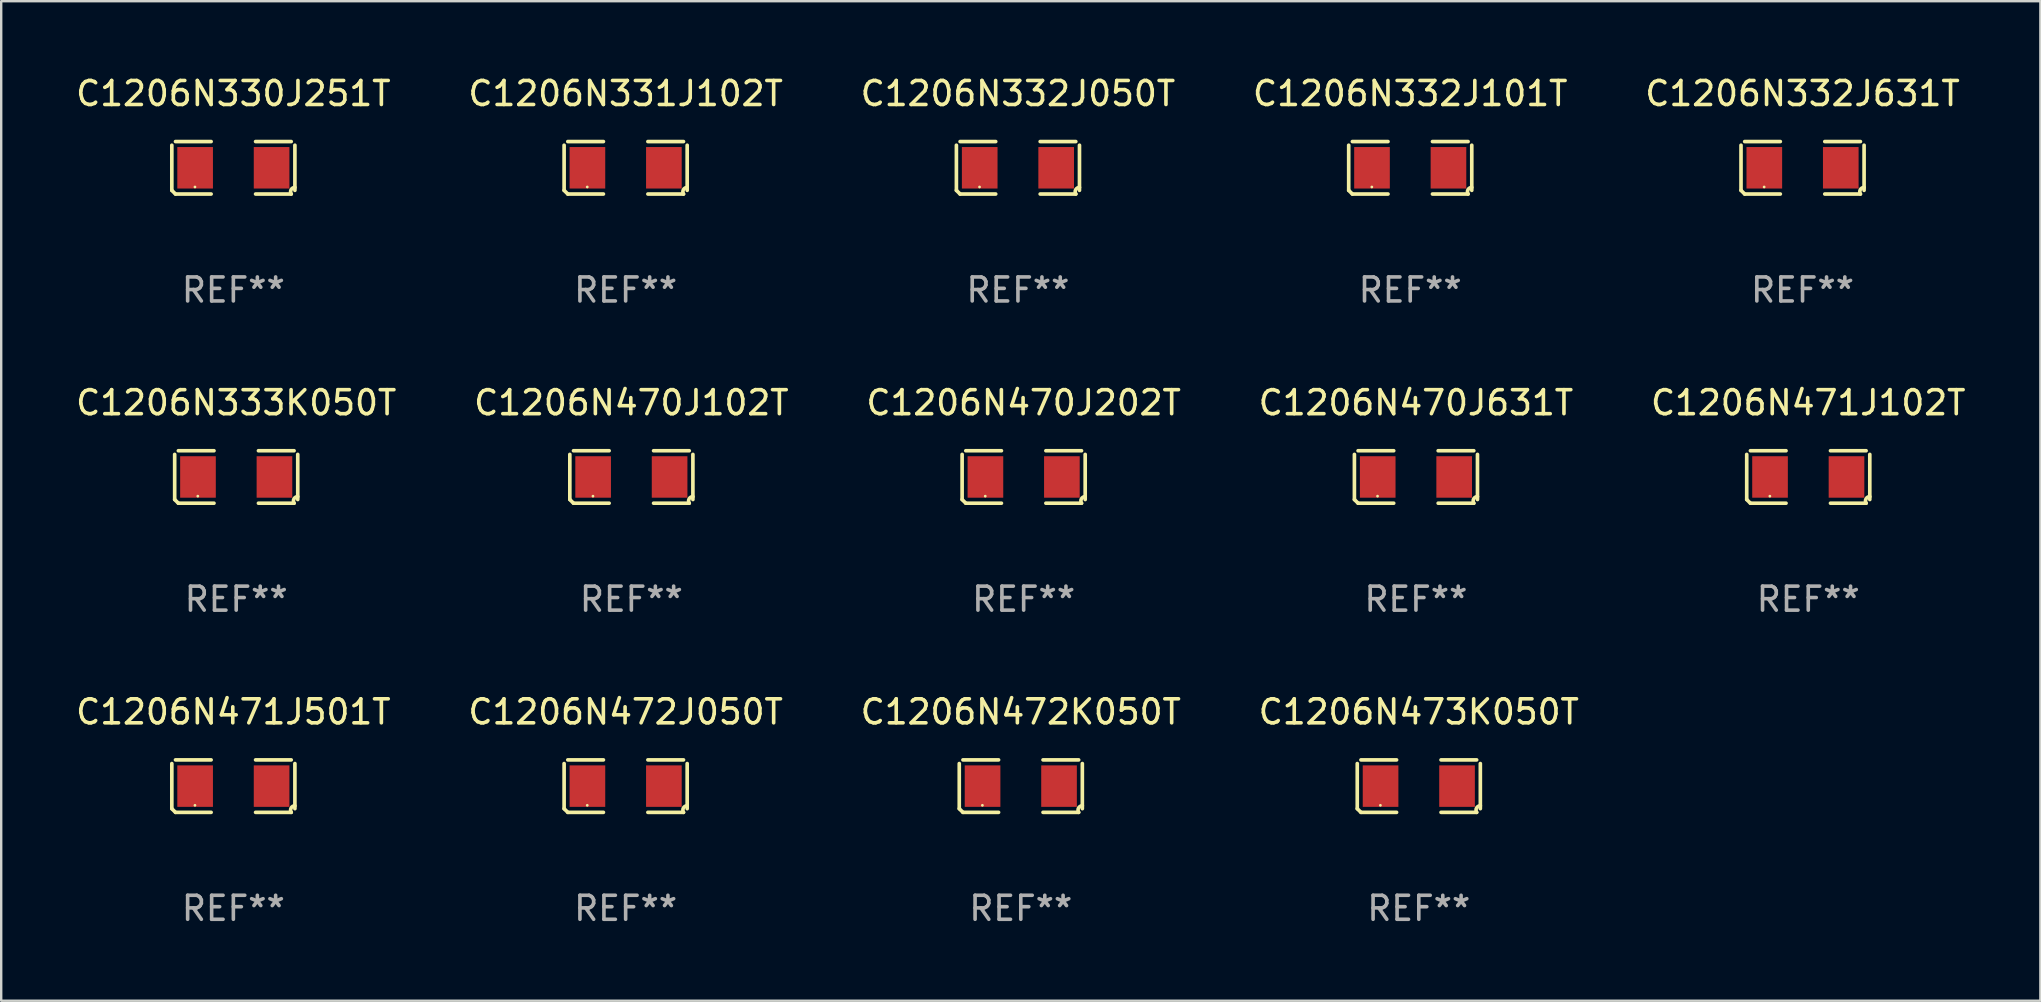
<source format=kicad_pcb>
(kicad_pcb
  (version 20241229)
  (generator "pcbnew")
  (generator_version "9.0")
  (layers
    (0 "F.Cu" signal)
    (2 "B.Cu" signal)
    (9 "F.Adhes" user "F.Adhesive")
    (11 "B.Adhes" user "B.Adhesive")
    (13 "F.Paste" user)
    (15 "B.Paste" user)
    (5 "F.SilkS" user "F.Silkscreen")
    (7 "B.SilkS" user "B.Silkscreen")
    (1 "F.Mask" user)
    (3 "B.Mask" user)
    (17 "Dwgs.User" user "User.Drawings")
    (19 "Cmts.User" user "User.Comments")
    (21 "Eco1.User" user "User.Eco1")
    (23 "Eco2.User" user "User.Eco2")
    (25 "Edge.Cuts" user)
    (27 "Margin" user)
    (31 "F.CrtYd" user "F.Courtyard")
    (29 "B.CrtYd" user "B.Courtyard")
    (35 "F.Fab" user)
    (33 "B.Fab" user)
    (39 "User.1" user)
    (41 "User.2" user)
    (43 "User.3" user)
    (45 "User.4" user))
  (footprint "C1206N473K050T"
    (layer "F.Cu")
    (at 56.065 29.704)
    (property "Reference" "C1206N473K050T" (at 0 -3.093 0) (layer "F.SilkS") (effects (font (size 1 1) (thickness 0.15))))
    (attr through_hole)
    (fp_line (start -2.564 0.94) (end -2.564 -0.94) (stroke (width 0.152) (type solid)) (layer "F.SilkS"))
    (fp_line (start -2.411 -1.093) (end -0.926 -1.093) (stroke (width 0.152) (type solid)) (layer "F.SilkS"))
    (fp_line (start -0.926 1.093) (end -2.411 1.093) (stroke (width 0.152) (type solid)) (layer "F.SilkS"))
    (fp_line (start 0.926 1.093) (end 2.411 1.093) (stroke (width 0.152) (type solid)) (layer "F.SilkS"))
    (fp_line (start 2.411 -1.093) (end 0.926 -1.093) (stroke (width 0.152) (type solid)) (layer "F.SilkS"))
    (fp_line (start 2.564 0.94) (end 2.564 -0.94) (stroke (width 0.152) (type solid)) (layer "F.SilkS"))
    (fp_arc (start -2.411201 1.092609) (mid -2.487413 1.01642) (end -2.563602 0.940208) (stroke (width 0.1524) (type solid)) (layer "F.SilkS"))
    (fp_arc (start 2.411201 1.092609) (mid 2.407159 0.911226) (end 2.563602 0.819347) (stroke (width 0.1524) (type solid)) (layer "F.SilkS"))
    (fp_circle (center -1.6 0.8) (end -1.57 0.8) (stroke (width 0.06) (type solid)) (fill no) (layer "F.SilkS"))
    (fp_text user "REF**" (at 0 5.093 0) (layer "F.Fab") (effects (font (size 1 1) (thickness 0.15))))
    (pad "1" smd rect (at -1.593 0) (size 1.485 1.728) (layers "F.Cu" "F.Mask" "F.Paste"))
    (pad "2" smd rect (at 1.593 0) (size 1.485 1.728) (layers "F.Cu" "F.Mask" "F.Paste")))
  (footprint "C1206N330J251T"
    (layer "F.Cu")
    (at 6.673 3.941)
    (property "Reference" "C1206N330J251T" (at 0 -3.093 0) (layer "F.SilkS") (effects (font (size 1 1) (thickness 0.15))))
    (attr through_hole)
    (fp_line (start -2.564 0.94) (end -2.564 -0.94) (stroke (width 0.152) (type solid)) (layer "F.SilkS"))
    (fp_line (start -2.411 -1.093) (end -0.926 -1.093) (stroke (width 0.152) (type solid)) (layer "F.SilkS"))
    (fp_line (start -0.926 1.093) (end -2.411 1.093) (stroke (width 0.152) (type solid)) (layer "F.SilkS"))
    (fp_line (start 0.926 1.093) (end 2.411 1.093) (stroke (width 0.152) (type solid)) (layer "F.SilkS"))
    (fp_line (start 2.411 -1.093) (end 0.926 -1.093) (stroke (width 0.152) (type solid)) (layer "F.SilkS"))
    (fp_line (start 2.564 0.94) (end 2.564 -0.94) (stroke (width 0.152) (type solid)) (layer "F.SilkS"))
    (fp_arc (start -2.411201 1.092609) (mid -2.487413 1.01642) (end -2.563602 0.940208) (stroke (width 0.1524) (type solid)) (layer "F.SilkS"))
    (fp_arc (start 2.411201 1.092609) (mid 2.407159 0.911226) (end 2.563602 0.819347) (stroke (width 0.1524) (type solid)) (layer "F.SilkS"))
    (fp_circle (center -1.6 0.8) (end -1.57 0.8) (stroke (width 0.06) (type solid)) (fill no) (layer "F.SilkS"))
    (fp_text user "REF**" (at 0 5.093 0) (layer "F.Fab") (effects (font (size 1 1) (thickness 0.15))))
    (pad "1" smd rect (at -1.593 0) (size 1.485 1.728) (layers "F.Cu" "F.Mask" "F.Paste"))
    (pad "2" smd rect (at 1.593 0) (size 1.485 1.728) (layers "F.Cu" "F.Mask" "F.Paste")))
  (footprint "C1206N470J202T"
    (layer "F.Cu")
    (at 39.601 16.823)
    (property "Reference" "C1206N470J202T" (at 0 -3.093 0) (layer "F.SilkS") (effects (font (size 1 1) (thickness 0.15))))
    (attr through_hole)
    (fp_line (start -2.564 0.94) (end -2.564 -0.94) (stroke (width 0.152) (type solid)) (layer "F.SilkS"))
    (fp_line (start -2.411 -1.093) (end -0.926 -1.093) (stroke (width 0.152) (type solid)) (layer "F.SilkS"))
    (fp_line (start -0.926 1.093) (end -2.411 1.093) (stroke (width 0.152) (type solid)) (layer "F.SilkS"))
    (fp_line (start 0.926 1.093) (end 2.411 1.093) (stroke (width 0.152) (type solid)) (layer "F.SilkS"))
    (fp_line (start 2.411 -1.093) (end 0.926 -1.093) (stroke (width 0.152) (type solid)) (layer "F.SilkS"))
    (fp_line (start 2.564 0.94) (end 2.564 -0.94) (stroke (width 0.152) (type solid)) (layer "F.SilkS"))
    (fp_arc (start -2.411201 1.092609) (mid -2.487413 1.01642) (end -2.563602 0.940208) (stroke (width 0.1524) (type solid)) (layer "F.SilkS"))
    (fp_arc (start 2.411201 1.092609) (mid 2.407159 0.911226) (end 2.563602 0.819347) (stroke (width 0.1524) (type solid)) (layer "F.SilkS"))
    (fp_circle (center -1.6 0.8) (end -1.57 0.8) (stroke (width 0.06) (type solid)) (fill no) (layer "F.SilkS"))
    (fp_text user "REF**" (at 0 5.093 0) (layer "F.Fab") (effects (font (size 1 1) (thickness 0.15))))
    (pad "1" smd rect (at -1.593 0) (size 1.485 1.728) (layers "F.Cu" "F.Mask" "F.Paste"))
    (pad "2" smd rect (at 1.593 0) (size 1.485 1.728) (layers "F.Cu" "F.Mask" "F.Paste")))
  (footprint "C1206N470J102T"
    (layer "F.Cu")
    (at 23.256 16.823)
    (property "Reference" "C1206N470J102T" (at 0 -3.093 0) (layer "F.SilkS") (effects (font (size 1 1) (thickness 0.15))))
    (attr through_hole)
    (fp_line (start -2.564 0.94) (end -2.564 -0.94) (stroke (width 0.152) (type solid)) (layer "F.SilkS"))
    (fp_line (start -2.411 -1.093) (end -0.926 -1.093) (stroke (width 0.152) (type solid)) (layer "F.SilkS"))
    (fp_line (start -0.926 1.093) (end -2.411 1.093) (stroke (width 0.152) (type solid)) (layer "F.SilkS"))
    (fp_line (start 0.926 1.093) (end 2.411 1.093) (stroke (width 0.152) (type solid)) (layer "F.SilkS"))
    (fp_line (start 2.411 -1.093) (end 0.926 -1.093) (stroke (width 0.152) (type solid)) (layer "F.SilkS"))
    (fp_line (start 2.564 0.94) (end 2.564 -0.94) (stroke (width 0.152) (type solid)) (layer "F.SilkS"))
    (fp_arc (start -2.411201 1.092609) (mid -2.487413 1.01642) (end -2.563602 0.940208) (stroke (width 0.1524) (type solid)) (layer "F.SilkS"))
    (fp_arc (start 2.411201 1.092609) (mid 2.407159 0.911226) (end 2.563602 0.819347) (stroke (width 0.1524) (type solid)) (layer "F.SilkS"))
    (fp_circle (center -1.6 0.8) (end -1.57 0.8) (stroke (width 0.06) (type solid)) (fill no) (layer "F.SilkS"))
    (fp_text user "REF**" (at 0 5.093 0) (layer "F.Fab") (effects (font (size 1 1) (thickness 0.15))))
    (pad "1" smd rect (at -1.593 0) (size 1.485 1.728) (layers "F.Cu" "F.Mask" "F.Paste"))
    (pad "2" smd rect (at 1.593 0) (size 1.485 1.728) (layers "F.Cu" "F.Mask" "F.Paste")))
  (footprint "C1206N332J050T"
    (layer "F.Cu")
    (at 39.363 3.941)
    (property "Reference" "C1206N332J050T" (at 0 -3.093 0) (layer "F.SilkS") (effects (font (size 1 1) (thickness 0.15))))
    (attr through_hole)
    (fp_line (start -2.564 0.94) (end -2.564 -0.94) (stroke (width 0.152) (type solid)) (layer "F.SilkS"))
    (fp_line (start -2.411 -1.093) (end -0.926 -1.093) (stroke (width 0.152) (type solid)) (layer "F.SilkS"))
    (fp_line (start -0.926 1.093) (end -2.411 1.093) (stroke (width 0.152) (type solid)) (layer "F.SilkS"))
    (fp_line (start 0.926 1.093) (end 2.411 1.093) (stroke (width 0.152) (type solid)) (layer "F.SilkS"))
    (fp_line (start 2.411 -1.093) (end 0.926 -1.093) (stroke (width 0.152) (type solid)) (layer "F.SilkS"))
    (fp_line (start 2.564 0.94) (end 2.564 -0.94) (stroke (width 0.152) (type solid)) (layer "F.SilkS"))
    (fp_arc (start -2.411201 1.092609) (mid -2.487413 1.01642) (end -2.563602 0.940208) (stroke (width 0.1524) (type solid)) (layer "F.SilkS"))
    (fp_arc (start 2.411201 1.092609) (mid 2.407159 0.911226) (end 2.563602 0.819347) (stroke (width 0.1524) (type solid)) (layer "F.SilkS"))
    (fp_circle (center -1.6 0.8) (end -1.57 0.8) (stroke (width 0.06) (type solid)) (fill no) (layer "F.SilkS"))
    (fp_text user "REF**" (at 0 5.093 0) (layer "F.Fab") (effects (font (size 1 1) (thickness 0.15))))
    (pad "1" smd rect (at -1.593 0) (size 1.485 1.728) (layers "F.Cu" "F.Mask" "F.Paste"))
    (pad "2" smd rect (at 1.593 0) (size 1.485 1.728) (layers "F.Cu" "F.Mask" "F.Paste")))
  (footprint "C1206N332J101T"
    (layer "F.Cu")
    (at 55.708 3.941)
    (property "Reference" "C1206N332J101T" (at 0 -3.093 0) (layer "F.SilkS") (effects (font (size 1 1) (thickness 0.15))))
    (attr through_hole)
    (fp_line (start -2.564 0.94) (end -2.564 -0.94) (stroke (width 0.152) (type solid)) (layer "F.SilkS"))
    (fp_line (start -2.411 -1.093) (end -0.926 -1.093) (stroke (width 0.152) (type solid)) (layer "F.SilkS"))
    (fp_line (start -0.926 1.093) (end -2.411 1.093) (stroke (width 0.152) (type solid)) (layer "F.SilkS"))
    (fp_line (start 0.926 1.093) (end 2.411 1.093) (stroke (width 0.152) (type solid)) (layer "F.SilkS"))
    (fp_line (start 2.411 -1.093) (end 0.926 -1.093) (stroke (width 0.152) (type solid)) (layer "F.SilkS"))
    (fp_line (start 2.564 0.94) (end 2.564 -0.94) (stroke (width 0.152) (type solid)) (layer "F.SilkS"))
    (fp_arc (start -2.411201 1.092609) (mid -2.487413 1.01642) (end -2.563602 0.940208) (stroke (width 0.1524) (type solid)) (layer "F.SilkS"))
    (fp_arc (start 2.411201 1.092609) (mid 2.407159 0.911226) (end 2.563602 0.819347) (stroke (width 0.1524) (type solid)) (layer "F.SilkS"))
    (fp_circle (center -1.6 0.8) (end -1.57 0.8) (stroke (width 0.06) (type solid)) (fill no) (layer "F.SilkS"))
    (fp_text user "REF**" (at 0 5.093 0) (layer "F.Fab") (effects (font (size 1 1) (thickness 0.15))))
    (pad "1" smd rect (at -1.593 0) (size 1.485 1.728) (layers "F.Cu" "F.Mask" "F.Paste"))
    (pad "2" smd rect (at 1.593 0) (size 1.485 1.728) (layers "F.Cu" "F.Mask" "F.Paste")))
  (footprint "C1206N470J631T"
    (layer "F.Cu")
    (at 55.946 16.823)
    (property "Reference" "C1206N470J631T" (at 0 -3.093 0) (layer "F.SilkS") (effects (font (size 1 1) (thickness 0.15))))
    (attr through_hole)
    (fp_line (start -2.564 0.94) (end -2.564 -0.94) (stroke (width 0.152) (type solid)) (layer "F.SilkS"))
    (fp_line (start -2.411 -1.093) (end -0.926 -1.093) (stroke (width 0.152) (type solid)) (layer "F.SilkS"))
    (fp_line (start -0.926 1.093) (end -2.411 1.093) (stroke (width 0.152) (type solid)) (layer "F.SilkS"))
    (fp_line (start 0.926 1.093) (end 2.411 1.093) (stroke (width 0.152) (type solid)) (layer "F.SilkS"))
    (fp_line (start 2.411 -1.093) (end 0.926 -1.093) (stroke (width 0.152) (type solid)) (layer "F.SilkS"))
    (fp_line (start 2.564 0.94) (end 2.564 -0.94) (stroke (width 0.152) (type solid)) (layer "F.SilkS"))
    (fp_arc (start -2.411201 1.092609) (mid -2.487413 1.01642) (end -2.563602 0.940208) (stroke (width 0.1524) (type solid)) (layer "F.SilkS"))
    (fp_arc (start 2.411201 1.092609) (mid 2.407159 0.911226) (end 2.563602 0.819347) (stroke (width 0.1524) (type solid)) (layer "F.SilkS"))
    (fp_circle (center -1.6 0.8) (end -1.57 0.8) (stroke (width 0.06) (type solid)) (fill no) (layer "F.SilkS"))
    (fp_text user "REF**" (at 0 5.093 0) (layer "F.Fab") (effects (font (size 1 1) (thickness 0.15))))
    (pad "1" smd rect (at -1.593 0) (size 1.485 1.728) (layers "F.Cu" "F.Mask" "F.Paste"))
    (pad "2" smd rect (at 1.593 0) (size 1.485 1.728) (layers "F.Cu" "F.Mask" "F.Paste")))
  (footprint "C1206N471J102T"
    (layer "F.Cu")
    (at 72.292 16.823)
    (property "Reference" "C1206N471J102T" (at 0 -3.093 0) (layer "F.SilkS") (effects (font (size 1 1) (thickness 0.15))))
    (attr through_hole)
    (fp_line (start -2.564 0.94) (end -2.564 -0.94) (stroke (width 0.152) (type solid)) (layer "F.SilkS"))
    (fp_line (start -2.411 -1.093) (end -0.926 -1.093) (stroke (width 0.152) (type solid)) (layer "F.SilkS"))
    (fp_line (start -0.926 1.093) (end -2.411 1.093) (stroke (width 0.152) (type solid)) (layer "F.SilkS"))
    (fp_line (start 0.926 1.093) (end 2.411 1.093) (stroke (width 0.152) (type solid)) (layer "F.SilkS"))
    (fp_line (start 2.411 -1.093) (end 0.926 -1.093) (stroke (width 0.152) (type solid)) (layer "F.SilkS"))
    (fp_line (start 2.564 0.94) (end 2.564 -0.94) (stroke (width 0.152) (type solid)) (layer "F.SilkS"))
    (fp_arc (start -2.411201 1.092609) (mid -2.487413 1.01642) (end -2.563602 0.940208) (stroke (width 0.1524) (type solid)) (layer "F.SilkS"))
    (fp_arc (start 2.411201 1.092609) (mid 2.407159 0.911226) (end 2.563602 0.819347) (stroke (width 0.1524) (type solid)) (layer "F.SilkS"))
    (fp_circle (center -1.6 0.8) (end -1.57 0.8) (stroke (width 0.06) (type solid)) (fill no) (layer "F.SilkS"))
    (fp_text user "REF**" (at 0 5.093 0) (layer "F.Fab") (effects (font (size 1 1) (thickness 0.15))))
    (pad "1" smd rect (at -1.593 0) (size 1.485 1.728) (layers "F.Cu" "F.Mask" "F.Paste"))
    (pad "2" smd rect (at 1.593 0) (size 1.485 1.728) (layers "F.Cu" "F.Mask" "F.Paste")))
  (footprint "C1206N331J102T"
    (layer "F.Cu")
    (at 23.018 3.941)
    (property "Reference" "C1206N331J102T" (at 0 -3.093 0) (layer "F.SilkS") (effects (font (size 1 1) (thickness 0.15))))
    (attr through_hole)
    (fp_line (start -2.564 0.94) (end -2.564 -0.94) (stroke (width 0.152) (type solid)) (layer "F.SilkS"))
    (fp_line (start -2.411 -1.093) (end -0.926 -1.093) (stroke (width 0.152) (type solid)) (layer "F.SilkS"))
    (fp_line (start -0.926 1.093) (end -2.411 1.093) (stroke (width 0.152) (type solid)) (layer "F.SilkS"))
    (fp_line (start 0.926 1.093) (end 2.411 1.093) (stroke (width 0.152) (type solid)) (layer "F.SilkS"))
    (fp_line (start 2.411 -1.093) (end 0.926 -1.093) (stroke (width 0.152) (type solid)) (layer "F.SilkS"))
    (fp_line (start 2.564 0.94) (end 2.564 -0.94) (stroke (width 0.152) (type solid)) (layer "F.SilkS"))
    (fp_arc (start -2.411201 1.092609) (mid -2.487413 1.01642) (end -2.563602 0.940208) (stroke (width 0.1524) (type solid)) (layer "F.SilkS"))
    (fp_arc (start 2.411201 1.092609) (mid 2.407159 0.911226) (end 2.563602 0.819347) (stroke (width 0.1524) (type solid)) (layer "F.SilkS"))
    (fp_circle (center -1.6 0.8) (end -1.57 0.8) (stroke (width 0.06) (type solid)) (fill no) (layer "F.SilkS"))
    (fp_text user "REF**" (at 0 5.093 0) (layer "F.Fab") (effects (font (size 1 1) (thickness 0.15))))
    (pad "1" smd rect (at -1.593 0) (size 1.485 1.728) (layers "F.Cu" "F.Mask" "F.Paste"))
    (pad "2" smd rect (at 1.593 0) (size 1.485 1.728) (layers "F.Cu" "F.Mask" "F.Paste")))
  (footprint "C1206N333K050T"
    (layer "F.Cu")
    (at 6.792 16.823)
    (property "Reference" "C1206N333K050T" (at 0 -3.093 0) (layer "F.SilkS") (effects (font (size 1 1) (thickness 0.15))))
    (attr through_hole)
    (fp_line (start -2.564 0.94) (end -2.564 -0.94) (stroke (width 0.152) (type solid)) (layer "F.SilkS"))
    (fp_line (start -2.411 -1.093) (end -0.926 -1.093) (stroke (width 0.152) (type solid)) (layer "F.SilkS"))
    (fp_line (start -0.926 1.093) (end -2.411 1.093) (stroke (width 0.152) (type solid)) (layer "F.SilkS"))
    (fp_line (start 0.926 1.093) (end 2.411 1.093) (stroke (width 0.152) (type solid)) (layer "F.SilkS"))
    (fp_line (start 2.411 -1.093) (end 0.926 -1.093) (stroke (width 0.152) (type solid)) (layer "F.SilkS"))
    (fp_line (start 2.564 0.94) (end 2.564 -0.94) (stroke (width 0.152) (type solid)) (layer "F.SilkS"))
    (fp_arc (start -2.411201 1.092609) (mid -2.487413 1.01642) (end -2.563602 0.940208) (stroke (width 0.1524) (type solid)) (layer "F.SilkS"))
    (fp_arc (start 2.411201 1.092609) (mid 2.407159 0.911226) (end 2.563602 0.819347) (stroke (width 0.1524) (type solid)) (layer "F.SilkS"))
    (fp_circle (center -1.6 0.8) (end -1.57 0.8) (stroke (width 0.06) (type solid)) (fill no) (layer "F.SilkS"))
    (fp_text user "REF**" (at 0 5.093 0) (layer "F.Fab") (effects (font (size 1 1) (thickness 0.15))))
    (pad "1" smd rect (at -1.593 0) (size 1.485 1.728) (layers "F.Cu" "F.Mask" "F.Paste"))
    (pad "2" smd rect (at 1.593 0) (size 1.485 1.728) (layers "F.Cu" "F.Mask" "F.Paste")))
  (footprint "C1206N472J050T"
    (layer "F.Cu")
    (at 23.018 29.704)
    (property "Reference" "C1206N472J050T" (at 0 -3.093 0) (layer "F.SilkS") (effects (font (size 1 1) (thickness 0.15))))
    (attr through_hole)
    (fp_line (start -2.564 0.94) (end -2.564 -0.94) (stroke (width 0.152) (type solid)) (layer "F.SilkS"))
    (fp_line (start -2.411 -1.093) (end -0.926 -1.093) (stroke (width 0.152) (type solid)) (layer "F.SilkS"))
    (fp_line (start -0.926 1.093) (end -2.411 1.093) (stroke (width 0.152) (type solid)) (layer "F.SilkS"))
    (fp_line (start 0.926 1.093) (end 2.411 1.093) (stroke (width 0.152) (type solid)) (layer "F.SilkS"))
    (fp_line (start 2.411 -1.093) (end 0.926 -1.093) (stroke (width 0.152) (type solid)) (layer "F.SilkS"))
    (fp_line (start 2.564 0.94) (end 2.564 -0.94) (stroke (width 0.152) (type solid)) (layer "F.SilkS"))
    (fp_arc (start -2.411201 1.092609) (mid -2.487413 1.01642) (end -2.563602 0.940208) (stroke (width 0.1524) (type solid)) (layer "F.SilkS"))
    (fp_arc (start 2.411201 1.092609) (mid 2.407159 0.911226) (end 2.563602 0.819347) (stroke (width 0.1524) (type solid)) (layer "F.SilkS"))
    (fp_circle (center -1.6 0.8) (end -1.57 0.8) (stroke (width 0.06) (type solid)) (fill no) (layer "F.SilkS"))
    (fp_text user "REF**" (at 0 5.093 0) (layer "F.Fab") (effects (font (size 1 1) (thickness 0.15))))
    (pad "1" smd rect (at -1.593 0) (size 1.485 1.728) (layers "F.Cu" "F.Mask" "F.Paste"))
    (pad "2" smd rect (at 1.593 0) (size 1.485 1.728) (layers "F.Cu" "F.Mask" "F.Paste")))
  (footprint "C1206N472K050T"
    (layer "F.Cu")
    (at 39.482 29.704)
    (property "Reference" "C1206N472K050T" (at 0 -3.093 0) (layer "F.SilkS") (effects (font (size 1 1) (thickness 0.15))))
    (attr through_hole)
    (fp_line (start -2.564 0.94) (end -2.564 -0.94) (stroke (width 0.152) (type solid)) (layer "F.SilkS"))
    (fp_line (start -2.411 -1.093) (end -0.926 -1.093) (stroke (width 0.152) (type solid)) (layer "F.SilkS"))
    (fp_line (start -0.926 1.093) (end -2.411 1.093) (stroke (width 0.152) (type solid)) (layer "F.SilkS"))
    (fp_line (start 0.926 1.093) (end 2.411 1.093) (stroke (width 0.152) (type solid)) (layer "F.SilkS"))
    (fp_line (start 2.411 -1.093) (end 0.926 -1.093) (stroke (width 0.152) (type solid)) (layer "F.SilkS"))
    (fp_line (start 2.564 0.94) (end 2.564 -0.94) (stroke (width 0.152) (type solid)) (layer "F.SilkS"))
    (fp_arc (start -2.411201 1.092609) (mid -2.487413 1.01642) (end -2.563602 0.940208) (stroke (width 0.1524) (type solid)) (layer "F.SilkS"))
    (fp_arc (start 2.411201 1.092609) (mid 2.407159 0.911226) (end 2.563602 0.819347) (stroke (width 0.1524) (type solid)) (layer "F.SilkS"))
    (fp_circle (center -1.6 0.8) (end -1.57 0.8) (stroke (width 0.06) (type solid)) (fill no) (layer "F.SilkS"))
    (fp_text user "REF**" (at 0 5.093 0) (layer "F.Fab") (effects (font (size 1 1) (thickness 0.15))))
    (pad "1" smd rect (at -1.593 0) (size 1.485 1.728) (layers "F.Cu" "F.Mask" "F.Paste"))
    (pad "2" smd rect (at 1.593 0) (size 1.485 1.728) (layers "F.Cu" "F.Mask" "F.Paste")))
  (footprint "C1206N332J631T"
    (layer "F.Cu")
    (at 72.054 3.941)
    (property "Reference" "C1206N332J631T" (at 0 -3.093 0) (layer "F.SilkS") (effects (font (size 1 1) (thickness 0.15))))
    (attr through_hole)
    (fp_line (start -2.564 0.94) (end -2.564 -0.94) (stroke (width 0.152) (type solid)) (layer "F.SilkS"))
    (fp_line (start -2.411 -1.093) (end -0.926 -1.093) (stroke (width 0.152) (type solid)) (layer "F.SilkS"))
    (fp_line (start -0.926 1.093) (end -2.411 1.093) (stroke (width 0.152) (type solid)) (layer "F.SilkS"))
    (fp_line (start 0.926 1.093) (end 2.411 1.093) (stroke (width 0.152) (type solid)) (layer "F.SilkS"))
    (fp_line (start 2.411 -1.093) (end 0.926 -1.093) (stroke (width 0.152) (type solid)) (layer "F.SilkS"))
    (fp_line (start 2.564 0.94) (end 2.564 -0.94) (stroke (width 0.152) (type solid)) (layer "F.SilkS"))
    (fp_arc (start -2.411201 1.092609) (mid -2.487413 1.01642) (end -2.563602 0.940208) (stroke (width 0.1524) (type solid)) (layer "F.SilkS"))
    (fp_arc (start 2.411201 1.092609) (mid 2.407159 0.911226) (end 2.563602 0.819347) (stroke (width 0.1524) (type solid)) (layer "F.SilkS"))
    (fp_circle (center -1.6 0.8) (end -1.57 0.8) (stroke (width 0.06) (type solid)) (fill no) (layer "F.SilkS"))
    (fp_text user "REF**" (at 0 5.093 0) (layer "F.Fab") (effects (font (size 1 1) (thickness 0.15))))
    (pad "1" smd rect (at -1.593 0) (size 1.485 1.728) (layers "F.Cu" "F.Mask" "F.Paste"))
    (pad "2" smd rect (at 1.593 0) (size 1.485 1.728) (layers "F.Cu" "F.Mask" "F.Paste")))
  (footprint "C1206N471J501T"
    (layer "F.Cu")
    (at 6.673 29.704)
    (property "Reference" "C1206N471J501T" (at 0 -3.093 0) (layer "F.SilkS") (effects (font (size 1 1) (thickness 0.15))))
    (attr through_hole)
    (fp_line (start -2.564 0.94) (end -2.564 -0.94) (stroke (width 0.152) (type solid)) (layer "F.SilkS"))
    (fp_line (start -2.411 -1.093) (end -0.926 -1.093) (stroke (width 0.152) (type solid)) (layer "F.SilkS"))
    (fp_line (start -0.926 1.093) (end -2.411 1.093) (stroke (width 0.152) (type solid)) (layer "F.SilkS"))
    (fp_line (start 0.926 1.093) (end 2.411 1.093) (stroke (width 0.152) (type solid)) (layer "F.SilkS"))
    (fp_line (start 2.411 -1.093) (end 0.926 -1.093) (stroke (width 0.152) (type solid)) (layer "F.SilkS"))
    (fp_line (start 2.564 0.94) (end 2.564 -0.94) (stroke (width 0.152) (type solid)) (layer "F.SilkS"))
    (fp_arc (start -2.411201 1.092609) (mid -2.487413 1.01642) (end -2.563602 0.940208) (stroke (width 0.1524) (type solid)) (layer "F.SilkS"))
    (fp_arc (start 2.411201 1.092609) (mid 2.407159 0.911226) (end 2.563602 0.819347) (stroke (width 0.1524) (type solid)) (layer "F.SilkS"))
    (fp_circle (center -1.6 0.8) (end -1.57 0.8) (stroke (width 0.06) (type solid)) (fill no) (layer "F.SilkS"))
    (fp_text user "REF**" (at 0 5.093 0) (layer "F.Fab") (effects (font (size 1 1) (thickness 0.15))))
    (pad "1" smd rect (at -1.593 0) (size 1.485 1.728) (layers "F.Cu" "F.Mask" "F.Paste"))
    (pad "2" smd rect (at 1.593 0) (size 1.485 1.728) (layers "F.Cu" "F.Mask" "F.Paste")))
  (gr_rect
    (start -3 -3)
    (end 81.964 38.645)
    (stroke (width 0.1) (type default))
    (fill no)
    (layer "Edge.Cuts")))
</source>
